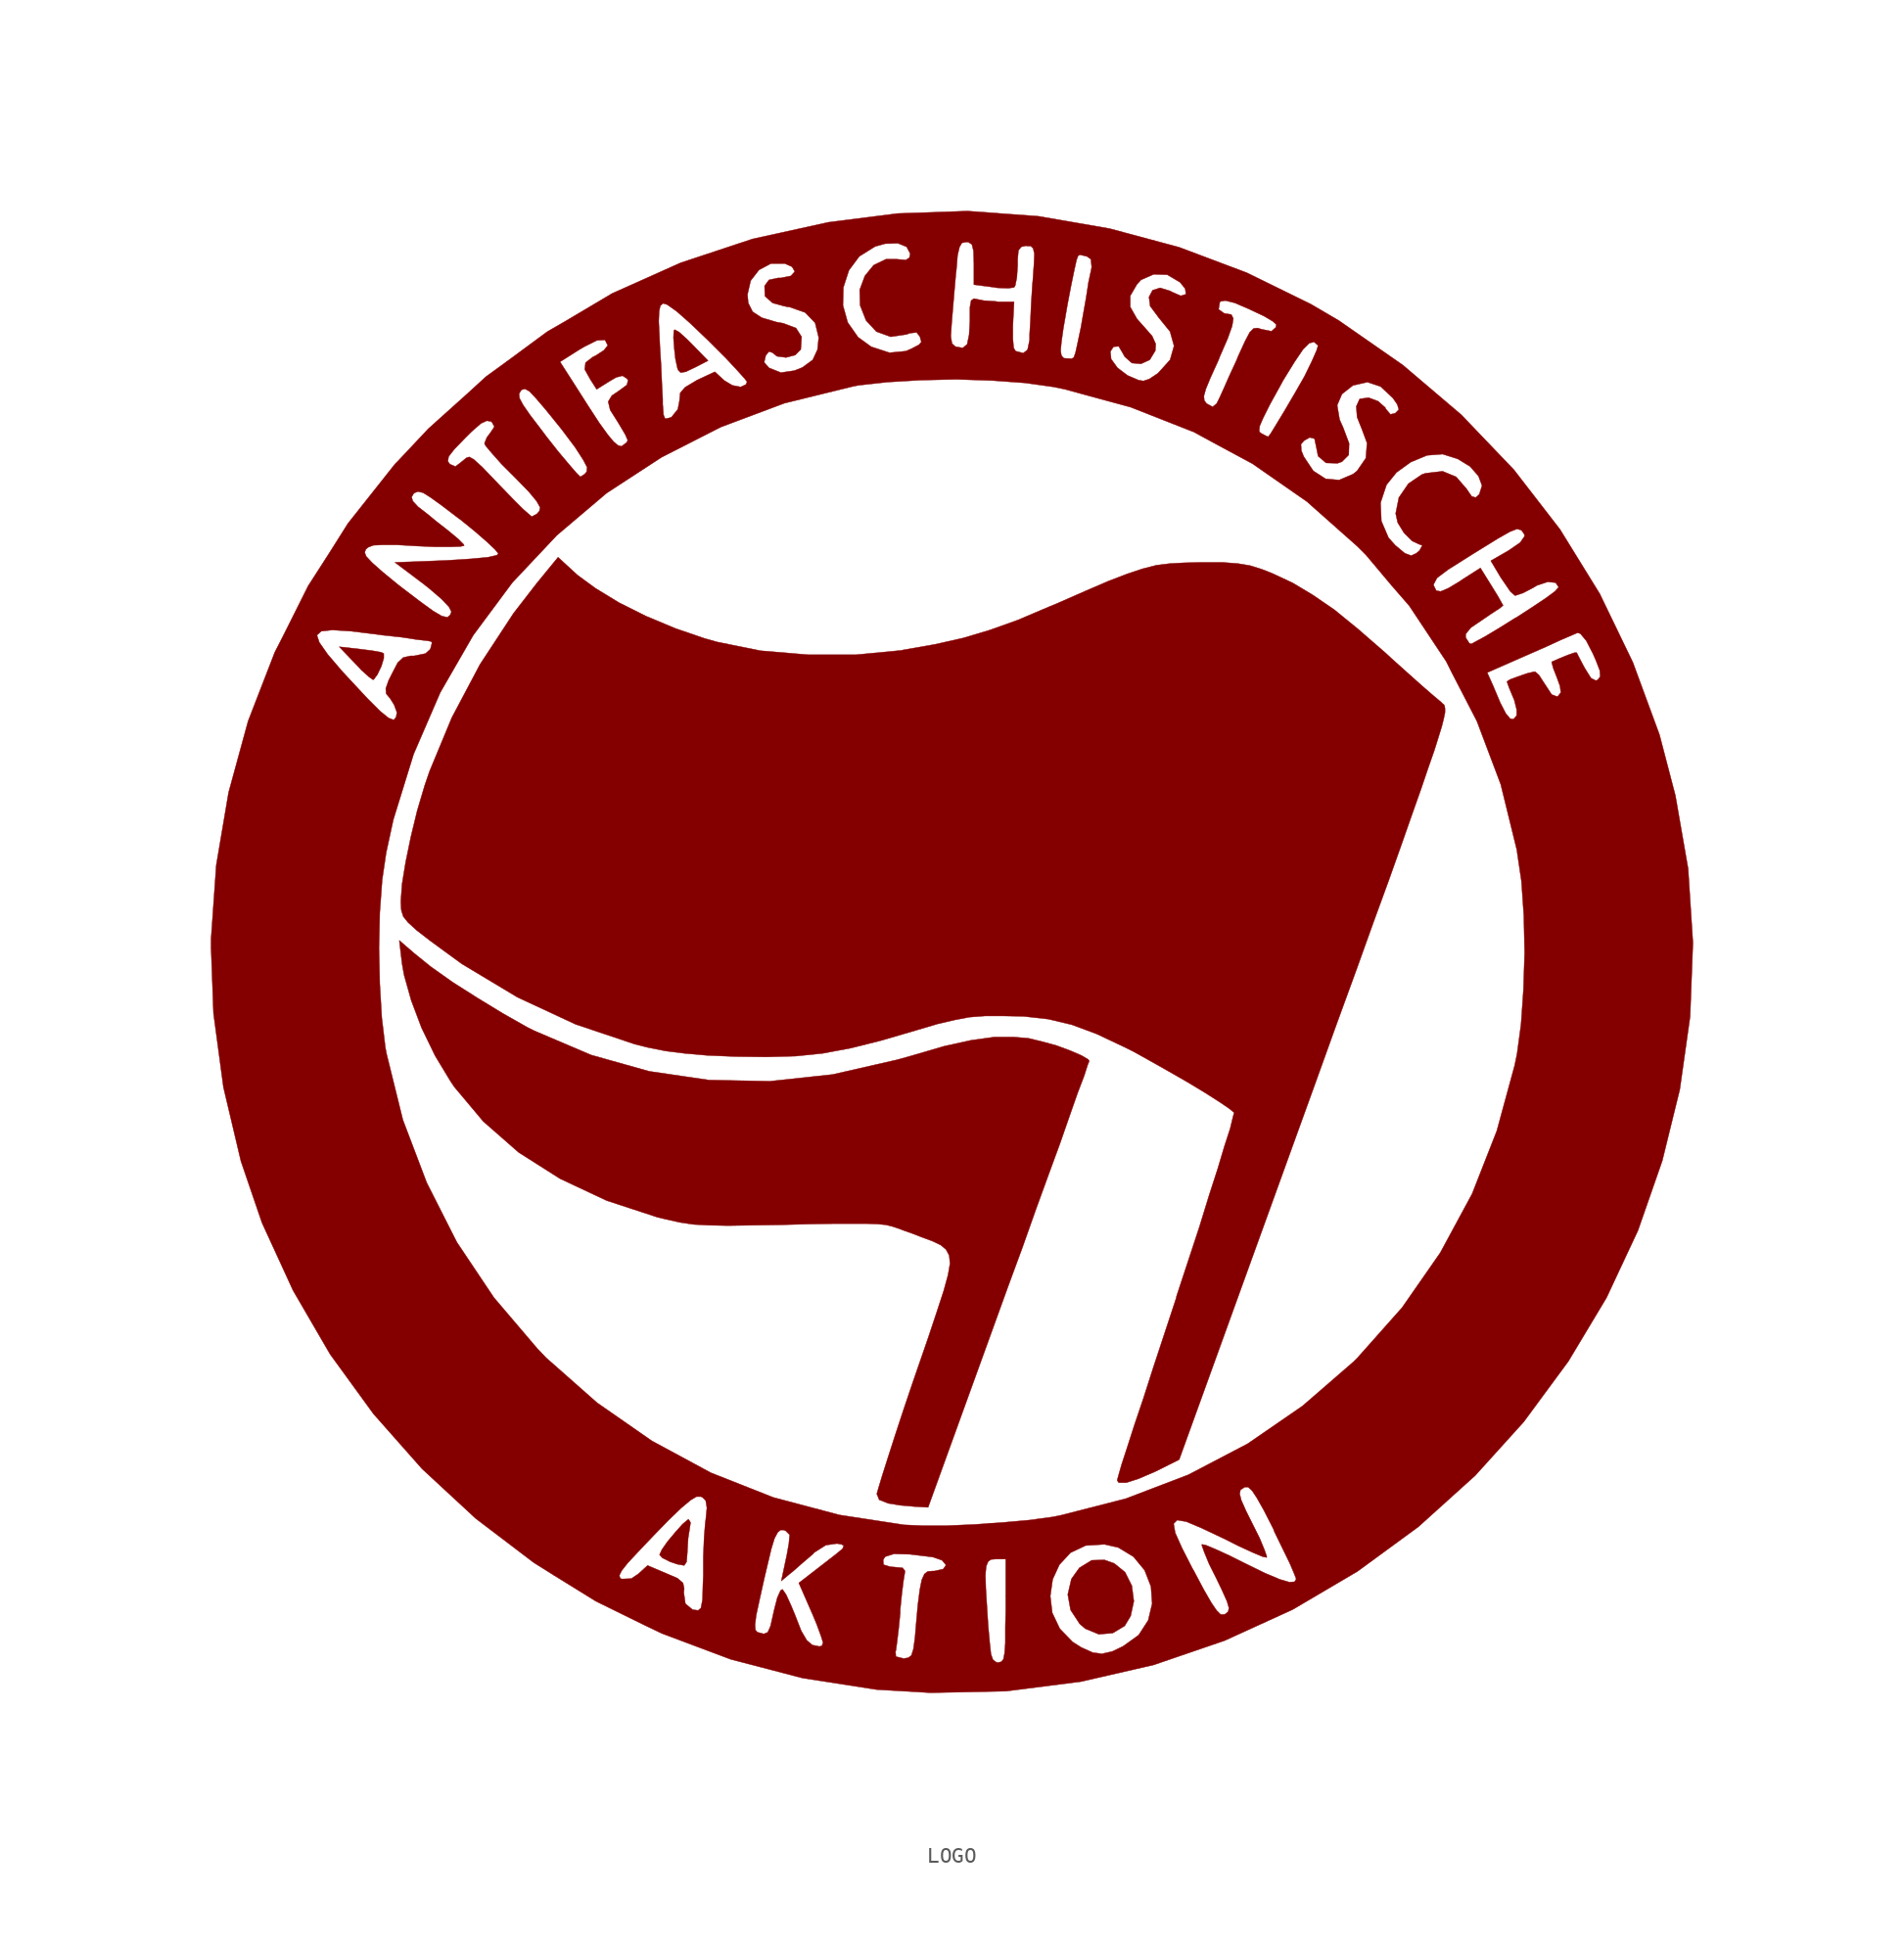
<source format=kicad_sym>
(kicad_symbol_lib
  (version 20201005)
  (generator kicad_symbol_editor)
  (symbol "lethalbit-graphics:LOGO"
    (pin_names
      (offset 1.016))
    (property "Reference" "#G"
      (at 0 -46.482 0)
      (effects (font (size 1.524 1.524)) hide))
    (symbol "LOGO_0_0"
      (polyline (pts (xy -36.779 17.297) (xy -36.551 17.602) (xy -36.297 18.136) (xy -36.144 18.644) (xy -36.144 18.948) (xy -36.297 19.025) (xy -36.855 19.126) (xy -37.643 19.228) (xy -38.989 19.38) (xy -37.998 18.339) (xy -37.567 17.882) (xy -37.084 17.45) (xy -36.83 17.272) (xy -36.779 17.297)) (stroke (width 0.025)) (fill (type outline)))
      (polyline (pts (xy -16.866 36.932) (xy -16.231 37.236) (xy -15.443 37.643) (xy -16.408 38.633) (xy -16.815 39.04) (xy -17.297 39.472) (xy -17.577 39.624) (xy -17.628 39.548) (xy -17.653 39.116) (xy -17.602 38.43) (xy -17.526 37.744) (xy -17.399 37.16) (xy -17.348 37.033) (xy -17.196 36.881) (xy -16.866 36.932)) (stroke (width 0.025)) (fill (type outline)))
      (polyline (pts (xy 10.389 -43.586) (xy 11.151 -43.129) (xy 11.532 -42.494) (xy 11.735 -41.554) (xy 11.608 -40.564) (xy 11.176 -39.7) (xy 10.49 -39.141) (xy 9.855 -38.913) (xy 9.042 -38.938) (xy 8.255 -39.421) (xy 7.747 -40.132) (xy 7.518 -41.123) (xy 7.696 -42.113) (xy 8.28 -43.002) (xy 8.636 -43.307) (xy 9.5 -43.663) (xy 10.389 -43.586)) (stroke (width 0.025)) (fill (type outline)))
      (polyline (pts (xy -16.815 -39.04) (xy -16.764 -38.405) (xy -16.764 -38.329) (xy -16.713 -37.516) (xy -16.612 -36.881) (xy -16.561 -36.525) (xy -16.688 -36.322) (xy -16.739 -36.347) (xy -17.069 -36.627) (xy -17.526 -37.135) (xy -18.034 -37.744) (xy -18.39 -38.252) (xy -18.542 -38.583) (xy -18.364 -38.786) (xy -17.856 -39.04) (xy -17.399 -39.192) (xy -16.967 -39.268) (xy -16.815 -39.04)) (stroke (width 0.025)) (fill (type outline)))
      (polyline (pts (xy 3.734 -21.387) (xy 4.623 -18.974) (xy 5.486 -16.535) (xy 6.299 -14.3) (xy 7.036 -12.294) (xy 7.645 -10.541) (xy 8.153 -9.093) (xy 8.56 -8.026) (xy 8.788 -7.315) (xy 8.89 -7.061) (xy 8.814 -6.96) (xy 8.382 -6.706) (xy 7.671 -6.401) (xy 6.782 -6.071) (xy 5.842 -5.817) (xy 5.004 -5.613) (xy 4.089 -5.537) (xy 2.819 -5.537) (xy 1.346 -5.74) (xy -0.381 -6.121) (xy -2.464 -6.731) (xy -3.378 -6.985) (xy -7.493 -7.925) (xy -11.506 -8.357) (xy -15.392 -8.28) (xy -19.202 -7.722) (xy -22.911 -6.68) (xy -26.543 -5.131) (xy -27 -4.902) (xy -28.524 -4.039) (xy -30.15 -3.048) (xy -31.75 -2.032) (xy -33.147 -1.041) (xy -34.214 -0.178) (xy -35.154 0.635) (xy -34.976 -0.864) (xy -34.849 -1.575) (xy -34.392 -3.2) (xy -33.731 -4.953) (xy -32.868 -6.731) (xy -31.902 -8.331) (xy -31.648 -8.712) (xy -29.794 -10.922) (xy -27.534 -12.903) (xy -24.892 -14.58) (xy -21.92 -15.977) (xy -18.669 -17.043) (xy -18.136 -17.17) (xy -17.221 -17.374) (xy -16.358 -17.501) (xy -15.367 -17.551) (xy -14.173 -17.577) (xy -12.573 -17.551) (xy -10.871 -17.526) (xy -8.941 -17.475) (xy -7.417 -17.45) (xy -5.309 -17.45) (xy -4.623 -17.475) (xy -4.089 -17.526) (xy -3.683 -17.628) (xy -3.302 -17.755) (xy -2.896 -17.907) (xy -2.388 -18.085) (xy -1.803 -18.313) (xy -1.118 -18.567) (xy -0.584 -18.821) (xy -0.254 -19.101) (xy -0.051 -19.482) (xy 0 -19.99) (xy -0.127 -20.726) (xy -0.406 -21.742) (xy -0.838 -23.063) (xy -1.397 -24.74) (xy -2.134 -26.873) (xy -2.388 -27.61) (xy -2.997 -29.413) (xy -3.531 -31.039) (xy -3.988 -32.461) (xy -4.343 -33.579) (xy -4.572 -34.341) (xy -4.674 -34.696) (xy -4.521 -35.077) (xy -3.937 -35.306) (xy -3.15 -35.433) (xy -2.286 -35.509) (xy -1.397 -35.56) (xy 3.734 -21.387)) (stroke (width 0.025)) (fill (type outline)))
      (polyline (pts (xy 12.04 -33.731) (xy 13.106 -33.274) (xy 14.63 -32.512) (xy 23.292 -8.56) (xy 24.663 -4.75) (xy 25.933 -1.27) (xy 27.026 1.778) (xy 27.991 4.42) (xy 28.804 6.706) (xy 29.489 8.661) (xy 30.074 10.312) (xy 30.531 11.659) (xy 30.912 12.751) (xy 31.191 13.64) (xy 31.394 14.3) (xy 31.521 14.808) (xy 31.598 15.189) (xy 31.598 15.418) (xy 31.572 15.596) (xy 31.521 15.697) (xy 31.445 15.748) (xy 31.344 15.85) (xy 30.861 16.256) (xy 30.099 16.916) (xy 29.159 17.755) (xy 28.143 18.669) (xy 27.813 18.974) (xy 26.06 20.498) (xy 24.536 21.742) (xy 23.165 22.682) (xy 21.895 23.444) (xy 20.599 24.054) (xy 19.888 24.333) (xy 19.152 24.562) (xy 18.39 24.689) (xy 17.424 24.765) (xy 15.977 24.765) (xy 14.935 24.74) (xy 14.021 24.689) (xy 13.183 24.587) (xy 12.294 24.359) (xy 11.303 24.028) (xy 10.109 23.571) (xy 8.636 22.936) (xy 6.782 22.123) (xy 6.35 21.946) (xy 4.318 21.082) (xy 2.54 20.447) (xy 0.838 19.939) (xy -0.965 19.533) (xy -2.997 19.177) (xy -3.073 19.152) (xy -5.994 18.872) (xy -9.068 18.872) (xy -12.09 19.126) (xy -14.859 19.685) (xy -15.672 19.914) (xy -17.526 20.549) (xy -19.406 21.336) (xy -21.133 22.2) (xy -22.631 23.114) (xy -23.774 23.952) (xy -25.019 25.095) (xy -26.391 23.419) (xy -27.864 21.514) (xy -29.997 18.263) (xy -31.801 14.859) (xy -33.223 11.43) (xy -33.528 10.541) (xy -34.011 8.915) (xy -34.417 7.239) (xy -34.747 5.639) (xy -34.976 4.242) (xy -35.052 3.2) (xy -35.052 3.048) (xy -35.027 2.565) (xy -34.9 2.159) (xy -34.595 1.778) (xy -34.036 1.27) (xy -33.147 0.584) (xy -31.166 -0.864) (xy -27.61 -2.997) (xy -23.901 -4.724) (xy -20.117 -5.994) (xy -19.304 -6.198) (xy -18.161 -6.426) (xy -16.942 -6.579) (xy -15.519 -6.706) (xy -13.716 -6.782) (xy -11.735 -6.807) (xy -9.855 -6.756) (xy -8.128 -6.579) (xy -6.35 -6.248) (xy -4.42 -5.766) (xy -2.159 -5.105) (xy -0.787 -4.699) (xy 0.305 -4.445) (xy 1.245 -4.267) (xy 2.235 -4.191) (xy 3.429 -4.191) (xy 4.699 -4.216) (xy 6.274 -4.394) (xy 7.772 -4.75) (xy 9.347 -5.334) (xy 11.176 -6.198) (xy 11.735 -6.477) (xy 12.827 -7.087) (xy 13.995 -7.747) (xy 15.189 -8.433) (xy 16.281 -9.093) (xy 17.196 -9.677) (xy 17.831 -10.109) (xy 18.136 -10.363) (xy 18.059 -10.643) (xy 17.882 -11.379) (xy 17.526 -12.471) (xy 17.094 -13.919) (xy 16.535 -15.646) (xy 15.926 -17.628) (xy 15.215 -19.787) (xy 14.453 -22.098) (xy 14.453 -22.149) (xy 13.691 -24.46) (xy 12.979 -26.619) (xy 12.344 -28.6) (xy 11.76 -30.328) (xy 11.303 -31.75) (xy 10.947 -32.842) (xy 10.744 -33.553) (xy 10.668 -33.833) (xy 10.77 -33.985) (xy 11.252 -33.985) (xy 12.04 -33.731)) (stroke (width 0.025)) (fill (type outline)))
      (polyline (pts (xy 3.581 -47.295) (xy 8.357 -46.685) (xy 13.005 -45.618) (xy 17.526 -44.069) (xy 21.869 -42.088) (xy 26.01 -39.649) (xy 29.896 -36.805) (xy 33.528 -33.528) (xy 36.627 -30.099) (xy 39.472 -26.238) (xy 41.91 -22.174) (xy 43.917 -17.882) (xy 45.466 -13.437) (xy 46.584 -8.89) (xy 47.244 -4.216) (xy 47.422 0.483) (xy 47.117 5.207) (xy 46.304 9.881) (xy 45.288 13.767) (xy 43.586 18.39) (xy 41.478 22.758) (xy 38.938 26.873) (xy 35.992 30.683) (xy 32.639 34.188) (xy 28.905 37.363) (xy 24.816 40.208) (xy 23.038 41.25) (xy 18.948 43.256) (xy 14.63 44.882) (xy 10.185 46.076) (xy 5.639 46.863) (xy 1.118 47.193) (xy -3.327 47.041) (xy -7.747 46.482) (xy -12.598 45.415) (xy -17.196 43.891) (xy -21.565 41.935) (xy -21.692 41.859) (xy -12.929 41.859) (xy -12.725 42.748) (xy -12.192 43.434) (xy -11.43 43.84) (xy -10.541 43.84) (xy -10.084 43.637) (xy -9.906 43.332) (xy -10.16 43.053) (xy -10.795 42.926) (xy -10.973 42.926) (xy -11.557 42.799) (xy -11.836 42.418) (xy -11.836 42.342) (xy -11.811 41.758) (xy -11.328 41.326) (xy -10.77 41.173) (xy -6.833 41.173) (xy -6.807 42.316) (xy -6.452 43.409) (xy -5.791 44.298) (xy -4.775 44.933) (xy -4.14 45.11) (xy -3.327 45.136) (xy -2.769 44.907) (xy -2.54 44.475) (xy -2.591 44.221) (xy -2.819 44.069) (xy -3.404 44.12) (xy -4.089 44.12) (xy -4.877 43.739) (xy -5.436 43.053) (xy -5.766 42.164) (xy -5.74 41.173) (xy -5.359 40.208) (xy -4.699 39.497) (xy -3.785 39.167) (xy -2.769 39.319) (xy -2.565 39.395) (xy -2.134 39.446) (xy -1.93 39.192) (xy 0.051 39.192) (xy 0.102 39.98) (xy 0.178 40.894) (xy 0.279 42.088) (xy 0.381 43.256) (xy 0.406 43.434) (xy 0.483 44.374) (xy 0.61 44.907) (xy 0.762 45.161) (xy 1.016 45.212) (xy 1.168 45.212) (xy 1.397 45.06) (xy 1.499 44.653) (xy 1.524 43.866) (xy 1.524 42.494) (xy 2.692 42.342) (xy 3.023 42.291) (xy 3.708 42.266) (xy 4.089 42.316) (xy 4.166 42.443) (xy 4.267 42.951) (xy 4.318 43.713) (xy 4.318 44.12) (xy 4.369 44.679) (xy 4.547 44.907) (xy 4.877 44.983) (xy 4.902 44.958) (xy 5.156 44.958) (xy 5.309 44.806) (xy 5.385 44.475) (xy 5.359 43.815) (xy 5.283 42.748) (xy 5.258 42.494) (xy 5.182 41.275) (xy 5.131 40.157) (xy 5.08 39.319) (xy 5.08 38.964) (xy 4.953 38.354) (xy 4.877 38.278) (xy 7.061 38.278) (xy 7.112 38.837) (xy 7.239 39.726) (xy 7.468 41.046) (xy 7.493 41.199) (xy 7.722 42.393) (xy 7.925 43.383) (xy 8.077 44.069) (xy 8.179 44.348) (xy 8.306 44.399) (xy 8.738 44.298) (xy 8.992 44.12) (xy 9.042 43.612) (xy 8.992 43.358) (xy 8.839 42.647) (xy 8.687 41.656) (xy 8.484 40.513) (xy 8.357 39.776) (xy 8.153 38.811) (xy 8.026 38.227) (xy 10.236 38.227) (xy 10.439 38.532) (xy 10.77 38.557) (xy 11.024 38.125) (xy 11.151 37.897) (xy 11.608 37.49) (xy 12.192 37.44) (xy 12.751 37.694) (xy 13.106 38.278) (xy 13.132 38.71) (xy 12.903 39.218) (xy 12.344 39.853) (xy 11.938 40.31) (xy 11.506 41.072) (xy 11.506 41.783) (xy 11.938 42.52) (xy 12.192 42.799) (xy 13.005 43.155) (xy 13.868 43.129) (xy 14.681 42.647) (xy 15.011 42.24) (xy 15.062 41.885) (xy 14.732 41.783) (xy 14.148 42.037) (xy 14.072 42.088) (xy 13.411 42.291) (xy 12.929 42.139) (xy 12.7 41.707) (xy 12.776 41.123) (xy 13.233 40.513) (xy 13.284 40.437) (xy 14.046 39.497) (xy 14.3 38.583) (xy 14.046 37.694) (xy 13.31 36.881) (xy 13.259 36.83) (xy 12.725 36.474) (xy 12.344 36.347) (xy 12.04 36.398) (xy 11.328 36.703) (xy 10.693 37.186) (xy 10.287 37.744) (xy 10.236 38.227) (xy 8.026 38.227) (xy 8.001 38.125) (xy 7.899 37.846) (xy 7.772 37.77) (xy 7.315 37.795) (xy 7.239 37.821) (xy 7.112 37.973) (xy 7.061 38.278) (xy 4.877 38.278) (xy 4.674 38.125) (xy 4.191 38.252) (xy 4.064 38.456) (xy 4.013 39.04) (xy 4.013 39.878) (xy 4.089 41.402) (xy 3.073 41.402) (xy 2.921 41.427) (xy 2.159 41.478) (xy 1.524 41.605) (xy 1.346 41.478) (xy 1.27 41.046) (xy 1.27 40.183) (xy 1.219 39.294) (xy 1.092 38.684) (xy 0.813 38.456) (xy 0.381 38.532) (xy 0.356 38.532) (xy 0.127 38.735) (xy 0.051 39.192) (xy -1.93 39.192) (xy -1.905 39.116) (xy -1.829 38.837) (xy -1.981 38.659) (xy -2.464 38.405) (xy -2.819 38.252) (xy -3.861 38.151) (xy -5.029 38.532) (xy -5.867 39.141) (xy -6.528 40.081) (xy -6.833 41.173) (xy -10.77 41.173) (xy -10.363 41.072) (xy -10.262 41.072) (xy -9.246 40.716) (xy -8.611 40.056) (xy -8.382 39.116) (xy -8.458 38.354) (xy -8.763 37.694) (xy -9.423 37.211) (xy -9.931 37.008) (xy -10.795 36.881) (xy -11.557 37.186) (xy -11.862 37.541) (xy -11.76 37.973) (xy -11.557 38.227) (xy -11.328 38.151) (xy -11.049 37.922) (xy -10.465 37.846) (xy -9.881 37.998) (xy -9.525 38.354) (xy -9.474 39.167) (xy -9.83 39.726) (xy -10.643 40.03) (xy -11.074 40.107) (xy -12.014 40.386) (xy -12.598 40.767) (xy -12.878 41.326) (xy -12.929 41.859) (xy -21.692 41.859) (xy -24.562 40.157) (xy -18.593 40.157) (xy -18.567 40.792) (xy -18.491 41.148) (xy -18.313 41.3) (xy -18.059 41.224) (xy -17.45 40.792) (xy -16.586 40.03) (xy -15.469 38.964) (xy -14.3 37.795) (xy -13.614 37.059) (xy -13.132 36.525) (xy -12.954 36.297) (xy -13.03 36.119) (xy -13.36 35.966) (xy -13.894 36.068) (xy -14.402 36.373) (xy -15.011 36.932) (xy -16.154 36.398) (xy -16.916 35.941) (xy -17.221 35.585) (xy -17.272 35.077) (xy -17.374 34.544) (xy -17.78 34.036) (xy -17.932 33.985) (xy -18.186 33.934) (xy -18.288 34.188) (xy -18.339 34.874) (xy -18.339 35.204) (xy -18.39 36.144) (xy -18.44 37.313) (xy -18.517 38.557) (xy -18.542 39.116) (xy -18.593 40.157) (xy -24.562 40.157) (xy -25.705 39.497) (xy -28.321 37.567) (xy -24.892 37.567) (xy -23.647 38.354) (xy -23.343 38.532) (xy -22.53 38.938) (xy -22.022 38.964) (xy -21.844 38.608) (xy -21.869 38.583) (xy -22.098 38.303) (xy -22.606 37.973) (xy -22.809 37.871) (xy -23.266 37.516) (xy -23.317 37.084) (xy -22.962 36.449) (xy -22.555 35.814) (xy -21.742 36.322) (xy -21.311 36.576) (xy -20.904 36.678) (xy -20.625 36.5) (xy -20.549 36.398) (xy -20.625 36.093) (xy -21.107 35.738) (xy -21.59 35.408) (xy -21.819 35.027) (xy -21.692 34.493) (xy -21.209 33.731) (xy -21.057 33.477) (xy -20.726 32.918) (xy -20.574 32.563) (xy -20.625 32.436) (xy -20.955 32.182) (xy -21.006 32.182) (xy -21.184 32.233) (xy -21.463 32.461) (xy -21.844 32.918) (xy -22.377 33.655) (xy -23.089 34.747) (xy -24.028 36.22) (xy -24.892 37.567) (xy -28.321 37.567) (xy -29.616 36.627) (xy -30.81 35.535) (xy -27.508 35.535) (xy -27.381 35.738) (xy -27.33 35.789) (xy -27.127 35.839) (xy -26.848 35.687) (xy -26.441 35.255) (xy -25.832 34.544) (xy -24.968 33.477) (xy -24.765 33.223) (xy -23.927 32.106) (xy -23.419 31.318) (xy -23.165 30.836) (xy -23.19 30.556) (xy -23.317 30.404) (xy -23.597 30.226) (xy -23.851 30.48) (xy -24.333 31.039) (xy -24.994 31.826) (xy -25.756 32.791) (xy -26.06 33.198) (xy -26.797 34.163) (xy -27.254 34.823) (xy -27.483 35.255) (xy -27.508 35.535) (xy -30.81 35.535) (xy -33.299 33.299) (xy -35.255 31.217) (xy -32.055 31.217) (xy -32.004 31.521) (xy -31.648 31.979) (xy -30.963 32.69) (xy -30.556 33.096) (xy -29.947 33.63) (xy -29.566 33.807) (xy -29.286 33.757) (xy -29.235 33.706) (xy -29.083 33.426) (xy -29.337 33.045) (xy -29.566 32.741) (xy -29.718 32.36) (xy -29.642 32.207) (xy -29.235 31.725) (xy -28.626 31.039) (xy -27.711 30.124) (xy -26.873 29.261) (xy -26.391 28.677) (xy -26.162 28.27) (xy -26.213 28.042) (xy -26.365 27.864) (xy -26.695 27.686) (xy -26.822 27.788) (xy -27.254 28.169) (xy -27.889 28.804) (xy -28.651 29.591) (xy -29.185 30.15) (xy -29.87 30.861) (xy -30.404 31.344) (xy -30.683 31.496) (xy -30.861 31.445) (xy -31.267 31.115) (xy -31.572 30.886) (xy -31.928 31.039) (xy -32.055 31.217) (xy -35.255 31.217) (xy -35.433 31.039) (xy -38.43 27.254) (xy -39.599 25.4) (xy -37.363 25.4) (xy -37.287 25.603) (xy -37.135 25.73) (xy -36.805 25.857) (xy -36.22 25.883) (xy -35.306 25.883) (xy -33.985 25.806) (xy -32.842 25.756) (xy -31.877 25.756) (xy -31.242 25.781) (xy -31.013 25.832) (xy -31.039 25.908) (xy -31.394 26.264) (xy -32.004 26.772) (xy -32.817 27.407) (xy -33.274 27.788) (xy -33.96 28.321) (xy -34.29 28.677) (xy -34.366 28.931) (xy -34.239 29.159) (xy -34.163 29.21) (xy -33.96 29.286) (xy -33.63 29.21) (xy -33.147 28.905) (xy -32.41 28.372) (xy -31.344 27.559) (xy -31.267 27.508) (xy -30.328 26.746) (xy -29.54 26.06) (xy -29.032 25.578) (xy -28.829 25.324) (xy -28.931 25.222) (xy -29.489 25.095) (xy -30.556 24.994) (xy -32.131 24.892) (xy -35.433 24.765) (xy -33.579 23.368) (xy -33.198 23.063) (xy -32.461 22.428) (xy -31.979 21.92) (xy -31.826 21.615) (xy -31.902 21.412) (xy -32.08 21.26) (xy -32.436 21.336) (xy -32.995 21.666) (xy -33.833 22.276) (xy -35.001 23.165) (xy -35.23 23.343) (xy -36.22 24.155) (xy -36.881 24.74) (xy -37.262 25.146) (xy -37.363 25.4) (xy -39.599 25.4) (xy -40.97 23.266) (xy -42.545 20.117) (xy -40.411 20.117) (xy -40.132 20.371) (xy -39.421 20.447) (xy -38.227 20.371) (xy -36.576 20.168) (xy -36.22 20.117) (xy -35.027 19.99) (xy -34.036 19.837) (xy -33.35 19.761) (xy -33.096 19.71) (xy -33.071 19.609) (xy -33.172 19.228) (xy -33.477 18.948) (xy -34.214 18.796) (xy -34.442 18.796) (xy -34.9 18.694) (xy -35.255 18.364) (xy -35.611 17.678) (xy -35.839 17.221) (xy -36.017 16.713) (xy -35.992 16.383) (xy -35.738 16.078) (xy -35.484 15.672) (xy -35.306 15.189) (xy -35.357 14.884) (xy -35.509 14.707) (xy -35.839 14.834) (xy -36.373 15.265) (xy -37.16 16.053) (xy -38.227 17.196) (xy -38.837 17.856) (xy -39.726 18.898) (xy -40.259 19.66) (xy -40.411 20.117) (xy -42.545 20.117) (xy -43.104 19.025) (xy -44.806 14.63) (xy -46.05 10.084) (xy -46.838 5.436) (xy -47.168 0.737) (xy -47.168 0.152) (xy -36.449 0.152) (xy -36.398 2.413) (xy -36.246 4.496) (xy -35.992 6.223) (xy -35.535 8.331) (xy -34.239 12.522) (xy -32.537 16.459) (xy -30.429 20.117) (xy -27.94 23.47) (xy -25.095 26.492) (xy -21.92 29.185) (xy -18.415 31.471) (xy -14.63 33.401) (xy -10.566 34.925) (xy -6.223 35.992) (xy -5.842 36.068) (xy -4.013 36.271) (xy -1.88 36.398) (xy 0.406 36.449) (xy 2.692 36.373) (xy 4.801 36.22) (xy 6.604 35.966) (xy 7.341 35.814) (xy 8.915 35.382) (xy 16.205 35.382) (xy 16.332 35.839) (xy 16.637 36.576) (xy 17.145 37.694) (xy 17.221 37.897) (xy 17.729 39.065) (xy 18.009 39.853) (xy 18.085 40.335) (xy 17.958 40.589) (xy 17.501 40.665) (xy 17.145 40.919) (xy 17.221 41.377) (xy 17.272 41.427) (xy 17.577 41.478) (xy 18.186 41.326) (xy 19.126 40.919) (xy 19.228 40.869) (xy 20.041 40.488) (xy 20.599 40.157) (xy 20.828 39.954) (xy 20.803 39.776) (xy 20.523 39.522) (xy 19.888 39.649) (xy 19.634 39.726) (xy 19.38 39.7) (xy 19.126 39.446) (xy 18.821 38.862) (xy 18.39 37.922) (xy 18.288 37.668) (xy 17.831 36.678) (xy 17.45 35.814) (xy 17.196 35.255) (xy 17.018 34.9) (xy 16.764 34.696) (xy 16.434 34.874) (xy 16.383 34.9) (xy 16.231 35.103) (xy 16.205 35.382) (xy 8.915 35.382) (xy 11.532 34.671) (xy 15.469 33.122) (xy 19.736 33.122) (xy 19.761 33.452) (xy 19.99 33.985) (xy 20.422 34.849) (xy 21.082 36.043) (xy 21.26 36.373) (xy 21.996 37.567) (xy 22.53 38.354) (xy 22.936 38.76) (xy 23.241 38.837) (xy 23.47 38.633) (xy 23.495 38.608) (xy 23.393 38.278) (xy 23.089 37.592) (xy 22.631 36.652) (xy 22.022 35.585) (xy 21.946 35.458) (xy 21.336 34.417) (xy 20.828 33.579) (xy 20.472 32.995) (xy 20.32 32.791) (xy 20.218 32.817) (xy 19.837 33.02) (xy 19.736 33.122) (xy 15.469 33.122) (xy 15.545 33.096) (xy 16.993 32.309) (xy 22.403 32.309) (xy 22.606 32.537) (xy 22.962 32.741) (xy 23.266 32.664) (xy 23.368 32.182) (xy 23.495 31.547) (xy 24.003 31.115) (xy 24.74 31.09) (xy 25.019 31.191) (xy 25.451 31.623) (xy 25.476 32.36) (xy 25.095 33.376) (xy 24.867 33.884) (xy 24.714 34.798) (xy 25.019 35.509) (xy 25.73 36.068) (xy 25.756 36.068) (xy 26.645 36.271) (xy 27.483 35.992) (xy 28.27 35.255) (xy 28.55 34.849) (xy 28.651 34.519) (xy 28.423 34.29) (xy 28.118 34.214) (xy 27.813 34.569) (xy 27.788 34.646) (xy 27.33 35.052) (xy 26.721 35.281) (xy 26.162 35.204) (xy 26.137 35.179) (xy 25.933 34.722) (xy 25.984 34.036) (xy 26.289 33.274) (xy 26.619 32.385) (xy 26.543 31.42) (xy 25.984 30.607) (xy 25.73 30.404) (xy 24.841 30.023) (xy 23.978 30.099) (xy 23.19 30.607) (xy 22.581 31.521) (xy 22.428 31.902) (xy 22.403 32.309) (xy 16.993 32.309) (xy 19.304 31.064) (xy 22.809 28.626) (xy 22.86 28.575) (xy 27.483 28.575) (xy 27.864 29.718) (xy 28.499 30.505) (xy 29.413 31.166) (xy 30.455 31.598) (xy 31.445 31.674) (xy 32.41 31.369) (xy 33.198 30.886) (xy 33.731 30.277) (xy 33.96 29.667) (xy 33.782 29.108) (xy 33.553 28.905) (xy 33.299 28.981) (xy 32.969 29.464) (xy 32.309 30.226) (xy 31.445 30.582) (xy 30.353 30.455) (xy 30.124 30.378) (xy 29.261 29.794) (xy 28.651 28.905) (xy 28.448 27.889) (xy 28.575 27.305) (xy 28.981 26.645) (xy 29.489 26.137) (xy 29.972 25.908) (xy 30.15 25.857) (xy 29.972 25.527) (xy 29.769 25.349) (xy 29.439 25.197) (xy 29.032 25.349) (xy 28.423 25.857) (xy 27.991 26.34) (xy 27.534 27.407) (xy 27.483 28.575) (xy 22.86 28.575) (xy 26.01 25.781) (xy 26.543 25.248) (xy 28.143 23.343) (xy 30.861 23.343) (xy 31.09 23.774) (xy 31.801 24.308) (xy 32.487 24.74) (xy 33.452 25.349) (xy 34.442 25.959) (xy 34.976 26.289) (xy 35.738 26.721) (xy 36.195 26.899) (xy 36.474 26.822) (xy 36.652 26.568) (xy 36.678 26.441) (xy 36.398 26.035) (xy 35.662 25.527) (xy 34.519 24.867) (xy 35.154 23.8) (xy 35.382 23.47) (xy 35.763 22.911) (xy 36.043 22.657) (xy 36.119 22.657) (xy 36.576 22.809) (xy 37.211 23.139) (xy 37.465 23.292) (xy 38.151 23.52) (xy 38.659 23.47) (xy 38.862 23.165) (xy 38.837 23.165) (xy 38.608 22.911) (xy 38.024 22.479) (xy 37.186 21.92) (xy 36.17 21.26) (xy 36.068 21.209) (xy 35.052 20.574) (xy 34.163 20.041) (xy 33.553 19.71) (xy 33.274 19.558) (xy 33.147 19.609) (xy 32.918 19.964) (xy 32.918 20.193) (xy 33.249 20.599) (xy 34.036 21.133) (xy 34.595 21.514) (xy 35.103 21.844) (xy 35.306 22.022) (xy 35.23 22.149) (xy 34.976 22.606) (xy 34.569 23.266) (xy 33.858 24.409) (xy 32.664 23.647) (xy 32.563 23.571) (xy 31.801 23.114) (xy 31.318 22.911) (xy 31.039 22.962) (xy 30.886 23.266) (xy 30.861 23.343) (xy 28.143 23.343) (xy 29.312 21.996) (xy 31.674 18.44) (xy 32.029 17.729) (xy 34.29 17.729) (xy 37.008 18.923) (xy 38.049 19.38) (xy 38.989 19.812) (xy 40.056 20.269) (xy 40.234 20.218) (xy 40.615 19.761) (xy 41.046 18.923) (xy 41.224 18.517) (xy 41.478 17.856) (xy 41.504 17.475) (xy 41.351 17.272) (xy 41.224 17.221) (xy 40.919 17.374) (xy 40.538 17.983) (xy 40.411 18.212) (xy 40.132 18.745) (xy 40.005 18.999) (xy 39.853 18.999) (xy 39.421 18.847) (xy 38.862 18.618) (xy 38.405 18.415) (xy 38.405 18.39) (xy 38.506 18.009) (xy 38.735 17.424) (xy 38.938 16.866) (xy 38.989 16.459) (xy 38.811 16.231) (xy 38.735 16.205) (xy 38.405 16.332) (xy 38.024 16.916) (xy 37.922 17.069) (xy 37.592 17.577) (xy 37.363 17.78) (xy 37.262 17.78) (xy 36.83 17.678) (xy 36.246 17.475) (xy 35.763 17.297) (xy 35.56 17.17) (xy 35.56 17.12) (xy 35.687 16.764) (xy 35.941 16.154) (xy 36.017 15.977) (xy 36.17 15.367) (xy 36.17 14.986) (xy 35.966 14.757) (xy 35.763 14.783) (xy 35.484 15.113) (xy 35.128 15.799) (xy 34.646 16.942) (xy 34.29 17.729) (xy 32.029 17.729) (xy 33.63 14.63) (xy 35.154 10.592) (xy 36.195 6.35) (xy 36.195 6.299) (xy 36.474 4.42) (xy 36.627 2.21) (xy 36.678 -0.152) (xy 36.601 -2.54) (xy 36.449 -4.724) (xy 36.195 -6.604) (xy 36.043 -7.341) (xy 34.9 -11.532) (xy 33.325 -15.545) (xy 31.293 -19.304) (xy 28.854 -22.809) (xy 26.01 -26.01) (xy 25.756 -26.264) (xy 22.504 -29.083) (xy 18.999 -31.496) (xy 15.215 -33.477) (xy 11.227 -35.001) (xy 7.061 -36.068) (xy 6.553 -36.17) (xy 5.055 -36.373) (xy 3.353 -36.525) (xy 2.286 -36.601) (xy 14.275 -36.601) (xy 14.503 -36.373) (xy 15.088 -36.474) (xy 16.053 -36.881) (xy 17.45 -37.541) (xy 18.466 -38.049) (xy 19.355 -38.456) (xy 19.964 -38.71) (xy 20.218 -38.76) (xy 20.218 -38.684) (xy 20.066 -38.252) (xy 19.761 -37.516) (xy 18.898 -35.789) (xy 18.593 -35.103) (xy 18.491 -34.696) (xy 18.542 -34.442) (xy 18.745 -34.315) (xy 18.821 -34.265) (xy 19.025 -34.265) (xy 19.279 -34.493) (xy 19.583 -34.95) (xy 20.041 -35.763) (xy 20.65 -36.957) (xy 20.701 -37.109) (xy 21.234 -38.202) (xy 21.692 -39.141) (xy 21.971 -39.802) (xy 22.098 -40.132) (xy 21.996 -40.31) (xy 21.666 -40.335) (xy 21.057 -40.157) (xy 20.091 -39.751) (xy 18.745 -39.091) (xy 17.831 -38.633) (xy 16.942 -38.227) (xy 16.332 -37.973) (xy 16.078 -37.922) (xy 16.078 -37.998) (xy 16.231 -38.43) (xy 16.535 -39.167) (xy 16.993 -40.081) (xy 17.348 -40.818) (xy 17.678 -41.554) (xy 17.805 -41.986) (xy 17.755 -42.215) (xy 17.577 -42.367) (xy 17.501 -42.393) (xy 17.272 -42.393) (xy 17.018 -42.139) (xy 16.688 -41.656) (xy 16.205 -40.818) (xy 15.545 -39.573) (xy 15.494 -39.497) (xy 14.808 -38.151) (xy 14.376 -37.186) (xy 14.275 -36.601) (xy 2.286 -36.601) (xy 1.549 -36.652) (xy -0.203 -36.728) (xy -1.753 -36.728) (xy -2.921 -36.678) (xy -7.061 -36.043) (xy -11.278 -34.925) (xy -15.265 -33.35) (xy -19.025 -31.318) (xy -22.53 -28.88) (xy -25.781 -26.01) (xy -26.34 -25.425) (xy -29.108 -22.174) (xy -31.471 -18.644) (xy -33.401 -14.834) (xy -34.925 -10.82) (xy -35.966 -6.604) (xy -36.043 -6.198) (xy -36.271 -4.293) (xy -36.398 -2.134) (xy -36.449 0.152) (xy -47.168 0.152) (xy -47.015 -4.013) (xy -46.38 -8.738) (xy -45.263 -13.462) (xy -43.917 -17.399) (xy -41.935 -21.717) (xy -39.573 -25.781) (xy -36.805 -29.591) (xy -33.706 -33.096) (xy -30.277 -36.271) (xy -26.568 -39.091) (xy -25.273 -39.903) (xy -21.107 -39.903) (xy -20.955 -39.599) (xy -20.574 -39.116) (xy -19.888 -38.379) (xy -18.898 -37.338) (xy -17.983 -36.398) (xy -17.17 -35.611) (xy -16.561 -35.103) (xy -16.18 -34.874) (xy -15.9 -34.874) (xy -15.799 -34.925) (xy -15.596 -35.128) (xy -15.519 -35.585) (xy -15.596 -36.373) (xy -15.621 -36.525) (xy -15.697 -37.49) (xy -15.748 -38.71) (xy -15.748 -39.929) (xy -15.773 -40.488) (xy -15.799 -41.453) (xy -15.9 -41.986) (xy -16.078 -42.139) (xy -16.434 -42.088) (xy -16.891 -41.707) (xy -16.993 -40.996) (xy -16.967 -40.742) (xy -17.043 -40.386) (xy -17.399 -40.081) (xy -18.11 -39.776) (xy -19.304 -39.268) (xy -19.888 -39.802) (xy -20.345 -40.107) (xy -20.955 -40.132) (xy -21.057 -40.081) (xy -21.107 -39.903) (xy -25.273 -39.903) (xy -22.606 -41.554) (xy -19.558 -43.053) (xy -12.446 -43.053) (xy -12.37 -42.443) (xy -12.167 -41.504) (xy -11.862 -40.132) (xy -11.659 -39.268) (xy -11.405 -38.202) (xy -11.201 -37.541) (xy -10.998 -37.16) (xy -10.82 -37.008) (xy -10.617 -37.008) (xy -10.49 -37.059) (xy -10.236 -37.313) (xy -10.287 -37.871) (xy -10.414 -38.583) (xy -10.77 -40.259) (xy -10.16 -39.751) (xy -10.058 -39.675) (xy -9.423 -39.116) (xy -8.738 -38.532) (xy -8.687 -38.456) (xy -7.925 -37.973) (xy -7.214 -37.871) (xy -6.934 -37.922) (xy -6.782 -37.998) (xy -6.858 -38.202) (xy -7.29 -38.557) (xy -7.747 -38.913) (xy -4.267 -38.913) (xy -4.14 -38.71) (xy -3.581 -38.532) (xy -2.565 -38.557) (xy -1.092 -38.735) (xy -0.508 -38.938) (xy -0.254 -39.243) (xy -0.432 -39.497) (xy -0.991 -39.624) (xy -1.092 -39.624) (xy -1.422 -39.649) (xy -1.651 -39.827) (xy -1.651 -39.853) (xy 2.261 -39.853) (xy 2.311 -39.319) (xy 2.438 -39.014) (xy 2.616 -38.887) (xy 2.921 -38.862) (xy 3.556 -38.862) (xy 3.556 -41.224) (xy 6.401 -41.224) (xy 6.553 -40.157) (xy 6.985 -39.218) (xy 7.696 -38.456) (xy 8.661 -37.998) (xy 9.855 -37.922) (xy 10.744 -38.125) (xy 11.709 -38.71) (xy 12.421 -39.573) (xy 12.827 -40.615) (xy 12.903 -41.707) (xy 12.649 -42.774) (xy 12.04 -43.713) (xy 11.049 -44.425) (xy 10.363 -44.755) (xy 9.703 -44.907) (xy 9.119 -44.831) (xy 8.382 -44.501) (xy 7.823 -44.145) (xy 7.01 -43.307) (xy 6.528 -42.291) (xy 6.401 -41.224) (xy 3.556 -41.224) (xy 3.556 -42.164) (xy 3.531 -43.18) (xy 3.531 -44.221) (xy 3.48 -44.882) (xy 3.404 -45.263) (xy 3.277 -45.415) (xy 3.073 -45.466) (xy 2.946 -45.441) (xy 2.743 -45.288) (xy 2.616 -44.933) (xy 2.54 -44.247) (xy 2.438 -43.129) (xy 2.362 -41.961) (xy 2.286 -40.716) (xy 2.261 -39.853) (xy -1.651 -39.853) (xy -1.803 -40.183) (xy -1.93 -40.818) (xy -2.057 -41.808) (xy -2.184 -43.231) (xy -2.235 -43.866) (xy -2.337 -44.602) (xy -2.464 -45.009) (xy -2.667 -45.161) (xy -2.972 -45.212) (xy -3.048 -45.187) (xy -3.454 -45.085) (xy -3.48 -44.755) (xy -3.454 -44.704) (xy -3.378 -44.145) (xy -3.277 -43.307) (xy -3.175 -42.291) (xy -3.175 -42.062) (xy -3.073 -41.072) (xy -2.972 -40.259) (xy -2.896 -39.802) (xy -2.87 -39.624) (xy -3.023 -39.421) (xy -3.581 -39.37) (xy -3.835 -39.345) (xy -4.242 -39.218) (xy -4.267 -38.913) (xy -7.747 -38.913) (xy -9.652 -40.386) (xy -8.763 -42.418) (xy -8.509 -43.028) (xy -8.23 -43.79) (xy -8.103 -44.196) (xy -8.179 -44.399) (xy -8.382 -44.45) (xy -8.382 -44.425) (xy -8.788 -44.348) (xy -9.144 -44.044) (xy -9.5 -43.434) (xy -9.906 -42.393) (xy -10.16 -41.783) (xy -10.465 -41.123) (xy -10.693 -40.792) (xy -10.82 -40.869) (xy -11.024 -41.326) (xy -11.227 -42.113) (xy -11.278 -42.342) (xy -11.455 -43.129) (xy -11.633 -43.536) (xy -11.887 -43.637) (xy -12.268 -43.536) (xy -12.294 -43.536) (xy -12.421 -43.383) (xy -12.446 -43.053) (xy -19.558 -43.053) (xy -18.39 -43.612) (xy -13.995 -45.263) (xy -9.423 -46.457) (xy -4.699 -47.193) (xy -1.245 -47.396) (xy 3.581 -47.295)) (stroke (width 0.025)) (fill (type outline))))))
</source>
